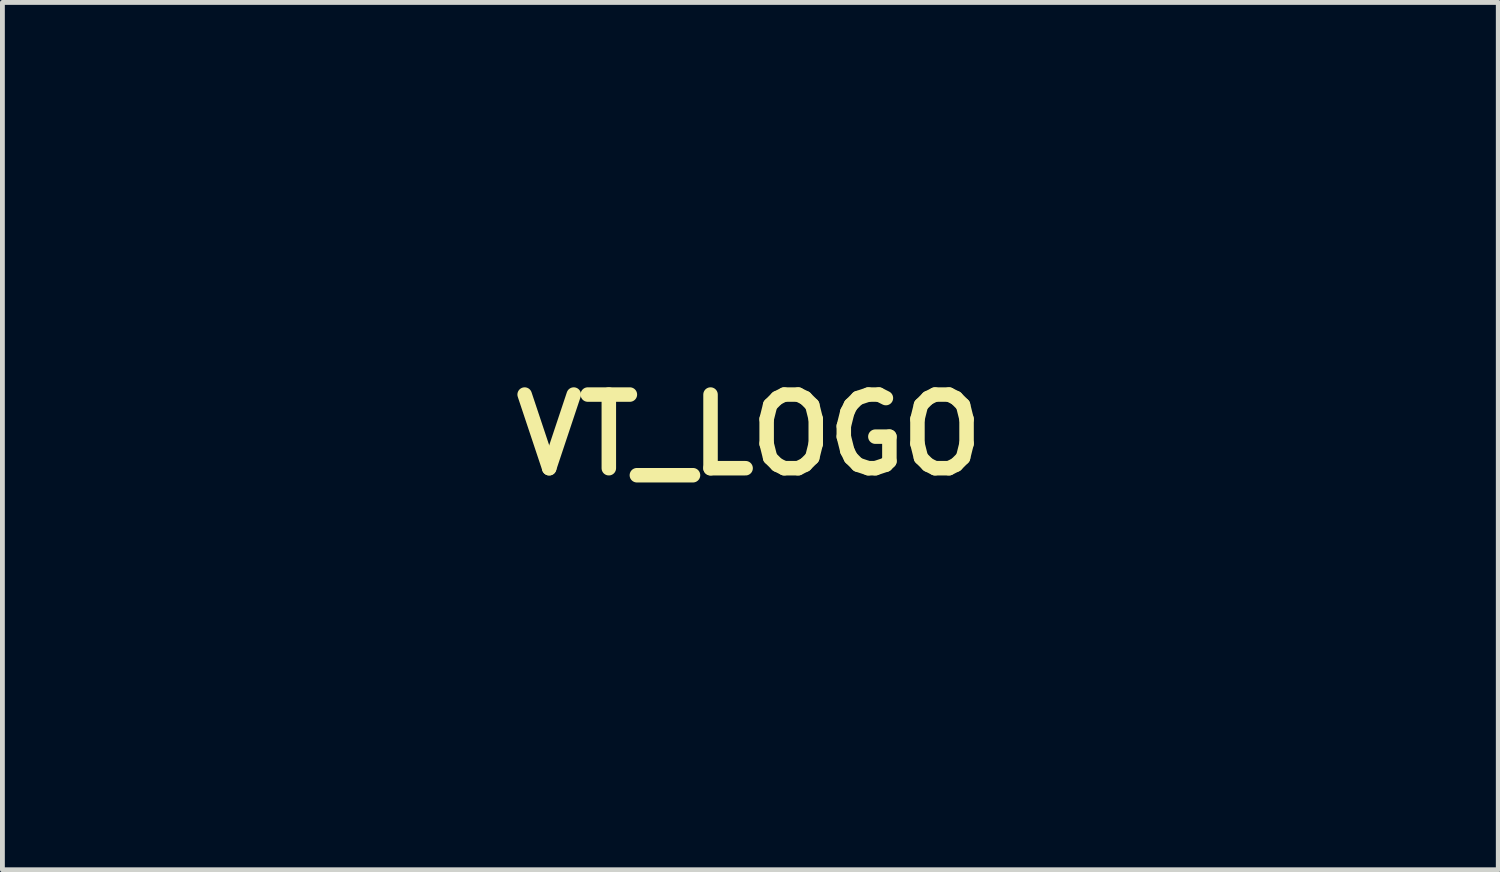
<source format=kicad_pcb>
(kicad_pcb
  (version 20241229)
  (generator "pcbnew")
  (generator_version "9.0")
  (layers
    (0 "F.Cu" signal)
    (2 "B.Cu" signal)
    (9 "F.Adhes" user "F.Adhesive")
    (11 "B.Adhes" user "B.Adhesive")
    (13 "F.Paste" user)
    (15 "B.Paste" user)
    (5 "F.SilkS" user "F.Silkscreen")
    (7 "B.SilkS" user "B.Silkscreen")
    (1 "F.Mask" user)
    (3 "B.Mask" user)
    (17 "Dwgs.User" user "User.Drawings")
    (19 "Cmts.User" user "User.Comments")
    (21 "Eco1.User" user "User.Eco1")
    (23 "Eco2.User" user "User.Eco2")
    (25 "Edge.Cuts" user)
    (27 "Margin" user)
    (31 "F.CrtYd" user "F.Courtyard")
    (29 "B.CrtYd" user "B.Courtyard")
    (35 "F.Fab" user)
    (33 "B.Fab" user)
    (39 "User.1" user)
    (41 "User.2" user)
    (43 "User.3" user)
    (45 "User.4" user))
  (footprint "VT_LOGO"
    (layer "F.Cu")
    (at 12.451 5.949)
    (property "Reference" "VT_LOGO" (at 0 0 0) (layer "F.SilkS") (effects (font (size 1.524 1.524) (thickness 0.3))))
    (attr through_hole)
    (fp_poly (pts (xy -9.45 -5.43) (xy -9.165 -5.428) (xy -8.926 -5.423) (xy -8.749 -5.414) (xy -8.708 -5.411) (xy -8.348 -5.378) (xy -7.366 -3.54) (xy -7.147 -3.13) (xy -6.937 -2.737) (xy -6.742 -2.374) (xy -6.569 -2.051) (xy -6.423 -1.779) (xy -6.311 -1.571) (xy -6.239 -1.438) (xy -6.226 -1.413) (xy -6.067 -1.125) (xy -5.58 -2.023) (xy -5.414 -2.33) (xy -5.214 -2.701) (xy -4.995 -3.11) (xy -4.77 -3.531) (xy -4.553 -3.937) (xy -4.442 -4.147) (xy -3.79 -5.373) (xy -0.612 -5.412) (xy -0.211 -5.416) (xy 0.254 -5.419) (xy 0.774 -5.422) (xy 1.343 -5.423) (xy 1.953 -5.425) (xy 2.597 -5.425) (xy 3.267 -5.425) (xy 3.956 -5.425) (xy 4.657 -5.423) (xy 5.363 -5.422) (xy 6.065 -5.42) (xy 6.756 -5.417) (xy 7.43 -5.414) (xy 8.079 -5.41) (xy 8.694 -5.407) (xy 9.27 -5.402) (xy 9.799 -5.398) (xy 10.273 -5.393) (xy 10.684 -5.388) (xy 11.026 -5.383) (xy 11.291 -5.377) (xy 11.472 -5.371) (xy 11.562 -5.365) (xy 11.57 -5.363) (xy 11.556 -5.311) (xy 11.499 -5.178) (xy 11.402 -4.974) (xy 11.271 -4.708) (xy 11.11 -4.39) (xy 10.923 -4.029) (xy 10.715 -3.634) (xy 10.654 -3.518) (xy 10.502 -3.234) (xy 10.387 -3.029) (xy 10.301 -2.889) (xy 10.235 -2.803) (xy 10.181 -2.759) (xy 10.129 -2.743) (xy 10.112 -2.742) (xy 10.033 -2.742) (xy 9.865 -2.741) (xy 9.619 -2.739) (xy 9.307 -2.737) (xy 8.941 -2.735) (xy 8.534 -2.733) (xy 8.097 -2.73) (xy 8.026 -2.73) (xy 6.071 -2.718) (xy 5.826 -2.261) (xy 5.759 -2.135) (xy 5.65 -1.929) (xy 5.503 -1.651) (xy 5.323 -1.311) (xy 5.114 -0.917) (xy 4.883 -0.479) (xy 4.632 -0.006) (xy 4.368 0.494) (xy 4.096 1.011) (xy 4.039 1.118) (xy 3.762 1.642) (xy 3.49 2.156) (xy 3.23 2.649) (xy 2.985 3.111) (xy 2.761 3.534) (xy 2.564 3.907) (xy 2.398 4.22) (xy 2.268 4.465) (xy 2.18 4.631) (xy 2.17 4.648) (xy 1.844 5.258) (xy 0.337 5.271) (xy -0.105 5.274) (xy -0.456 5.275) (xy -0.725 5.273) (xy -0.922 5.268) (xy -1.058 5.258) (xy -1.143 5.245) (xy -1.187 5.228) (xy -1.198 5.214) (xy -1.183 5.151) (xy -1.125 5.012) (xy -1.031 4.811) (xy -0.907 4.562) (xy -0.76 4.278) (xy -0.67 4.108) (xy -0.496 3.781) (xy -0.292 3.399) (xy -0.065 2.97) (xy 0.182 2.505) (xy 0.441 2.014) (xy 0.709 1.507) (xy 0.979 0.995) (xy 1.247 0.486) (xy 1.507 -0.008) (xy 1.754 -0.478) (xy 1.982 -0.913) (xy 2.186 -1.304) (xy 2.361 -1.64) (xy 2.502 -1.912) (xy 2.603 -2.108) (xy 2.636 -2.173) (xy 2.735 -2.379) (xy 2.811 -2.55) (xy 2.854 -2.668) (xy 2.859 -2.712) (xy 2.802 -2.719) (xy 2.656 -2.726) (xy 2.433 -2.731) (xy 2.144 -2.735) (xy 1.803 -2.739) (xy 1.422 -2.741) (xy 1.012 -2.742) (xy 0.586 -2.742) (xy 0.156 -2.741) (xy -0.266 -2.739) (xy -0.667 -2.736) (xy -1.035 -2.733) (xy -1.358 -2.728) (xy -1.624 -2.723) (xy -1.821 -2.716) (xy -1.936 -2.709) (xy -1.961 -2.704) (xy -2.009 -2.646) (xy -2.099 -2.507) (xy -2.23 -2.286) (xy -2.404 -1.984) (xy -2.62 -1.598) (xy -2.88 -1.127) (xy -3.183 -0.571) (xy -3.531 0.071) (xy -3.925 0.801) (xy -4.364 1.62) (xy -4.619 2.098) (xy -4.898 2.619) (xy -5.155 3.097) (xy -5.386 3.524) (xy -5.587 3.894) (xy -5.756 4.2) (xy -5.889 4.438) (xy -5.981 4.599) (xy -6.031 4.678) (xy -6.036 4.684) (xy -6.071 4.655) (xy -6.144 4.551) (xy -6.246 4.386) (xy -6.366 4.175) (xy -6.422 4.075) (xy -6.647 3.659) (xy -6.913 3.164) (xy -7.217 2.599) (xy -7.551 1.974) (xy -7.911 1.3) (xy -8.292 0.587) (xy -8.687 -0.155) (xy -9.092 -0.916) (xy -9.501 -1.685) (xy -9.908 -2.454) (xy -10.309 -3.211) (xy -10.698 -3.946) (xy -10.944 -4.412) (xy -11.09 -4.693) (xy -11.215 -4.942) (xy -11.314 -5.148) (xy -11.379 -5.295) (xy -11.404 -5.371) (xy -11.403 -5.378) (xy -11.343 -5.389) (xy -11.198 -5.4) (xy -10.983 -5.41) (xy -10.716 -5.417) (xy -10.413 -5.424) (xy -10.09 -5.428) (xy -9.763 -5.43) (xy -9.45 -5.43)) (stroke (width 0.01) (type solid)) (fill yes) (layer "F.Mask"))
    (fp_poly (pts (xy 12.497 -5.829) (xy 12.475 -5.76) (xy 12.411 -5.61) (xy 12.311 -5.391) (xy 12.18 -5.113) (xy 12.023 -4.786) (xy 11.844 -4.421) (xy 11.649 -4.029) (xy 11.597 -3.925) (xy 10.697 -2.135) (xy 8.596 -2.121) (xy 6.495 -2.108) (xy 5.987 -1.168) (xy 5.859 -0.929) (xy 5.691 -0.613) (xy 5.491 -0.234) (xy 5.267 0.193) (xy 5.024 0.655) (xy 4.771 1.138) (xy 4.515 1.629) (xy 4.292 2.057) (xy 4.045 2.533) (xy 3.798 3.007) (xy 3.558 3.465) (xy 3.333 3.895) (xy 3.128 4.284) (xy 2.95 4.621) (xy 2.806 4.892) (xy 2.705 5.08) (xy 2.304 5.817) (xy 0.035 5.83) (xy -0.435 5.832) (xy -0.871 5.833) (xy -1.265 5.833) (xy -1.605 5.831) (xy -1.882 5.829) (xy -2.086 5.825) (xy -2.206 5.821) (xy -2.235 5.817) (xy -2.221 5.783) (xy -2.179 5.696) (xy -2.106 5.552) (xy -2.001 5.349) (xy -1.862 5.083) (xy -1.687 4.751) (xy -1.476 4.349) (xy -1.225 3.875) (xy -0.934 3.325) (xy -0.6 2.697) (xy -0.223 1.985) (xy 0.2 1.189) (xy 0.335 0.936) (xy 0.602 0.432) (xy 0.856 -0.047) (xy 1.092 -0.492) (xy 1.306 -0.897) (xy 1.494 -1.254) (xy 1.652 -1.554) (xy 1.776 -1.79) (xy 1.862 -1.955) (xy 1.905 -2.04) (xy 1.909 -2.049) (xy 1.911 -2.071) (xy 1.893 -2.09) (xy 1.844 -2.104) (xy 1.755 -2.115) (xy 1.616 -2.123) (xy 1.418 -2.128) (xy 1.152 -2.131) (xy 0.807 -2.133) (xy 0.373 -2.134) (xy 0.168 -2.134) (xy -1.606 -2.134) (xy -1.967 -1.511) (xy -2.06 -1.347) (xy -2.195 -1.105) (xy -2.366 -0.794) (xy -2.567 -0.426) (xy -2.792 -0.011) (xy -3.035 0.439) (xy -3.291 0.915) (xy -3.553 1.404) (xy -3.685 1.651) (xy -3.954 2.155) (xy -4.223 2.659) (xy -4.486 3.152) (xy -4.737 3.621) (xy -4.968 4.054) (xy -5.173 4.439) (xy -5.347 4.764) (xy -5.481 5.016) (xy -5.522 5.093) (xy -5.671 5.367) (xy -5.805 5.607) (xy -5.917 5.8) (xy -5.999 5.933) (xy -6.044 5.993) (xy -6.048 5.994) (xy -6.096 5.954) (xy -6.171 5.851) (xy -6.216 5.779) (xy -6.247 5.721) (xy -6.303 5.621) (xy -6.382 5.474) (xy -6.489 5.277) (xy -6.623 5.028) (xy -6.786 4.724) (xy -6.98 4.361) (xy -7.207 3.938) (xy -7.468 3.451) (xy -7.765 2.897) (xy -8.098 2.274) (xy -8.471 1.578) (xy -8.883 0.807) (xy -9.337 -0.042) (xy -9.835 -0.973) (xy -10.377 -1.987) (xy -10.942 -3.043) (xy -11.205 -3.538) (xy -11.455 -4.006) (xy -11.685 -4.44) (xy -11.892 -4.832) (xy -12.073 -5.175) (xy -12.223 -5.461) (xy -12.279 -5.569) (xy -11.887 -5.569) (xy -11.864 -5.521) (xy -11.797 -5.394) (xy -11.693 -5.196) (xy -11.555 -4.938) (xy -11.39 -4.628) (xy -11.201 -4.276) (xy -10.995 -3.892) (xy -10.906 -3.727) (xy -10.715 -3.371) (xy -10.483 -2.938) (xy -10.216 -2.44) (xy -9.922 -1.891) (xy -9.606 -1.301) (xy -9.277 -0.685) (xy -8.94 -0.055) (xy -8.603 0.577) (xy -8.271 1.198) (xy -8.079 1.558) (xy -7.784 2.111) (xy -7.501 2.64) (xy -7.233 3.138) (xy -6.985 3.598) (xy -6.761 4.012) (xy -6.564 4.374) (xy -6.399 4.676) (xy -6.268 4.911) (xy -6.177 5.072) (xy -6.129 5.151) (xy -6.126 5.156) (xy -6.019 5.29) (xy -4.931 3.242) (xy -4.386 2.218) (xy -3.886 1.282) (xy -3.429 0.434) (xy -3.016 -0.328) (xy -2.645 -1.006) (xy -2.315 -1.602) (xy -2.224 -1.765) (xy -1.818 -2.489) (xy 0.336 -2.489) (xy 0.905 -2.488) (xy 1.377 -2.486) (xy 1.759 -2.481) (xy 2.054 -2.475) (xy 2.269 -2.466) (xy 2.409 -2.455) (xy 2.479 -2.441) (xy 2.489 -2.432) (xy 2.467 -2.367) (xy 2.405 -2.233) (xy 2.313 -2.047) (xy 2.2 -1.829) (xy 2.19 -1.81) (xy 2.116 -1.671) (xy 2 -1.451) (xy 1.845 -1.159) (xy 1.656 -0.803) (xy 1.438 -0.392) (xy 1.195 0.065) (xy 0.933 0.56) (xy 0.655 1.084) (xy 0.366 1.628) (xy 0.132 2.068) (xy -0.153 2.606) (xy -0.423 3.118) (xy -0.676 3.597) (xy -0.907 4.037) (xy -1.112 4.429) (xy -1.288 4.767) (xy -1.431 5.044) (xy -1.538 5.252) (xy -1.604 5.385) (xy -1.626 5.434) (xy -1.582 5.45) (xy -1.451 5.462) (xy -1.228 5.47) (xy -0.912 5.475) (xy -0.501 5.477) (xy 0.008 5.476) (xy 0.241 5.474) (xy 2.108 5.461) (xy 2.351 5.004) (xy 2.419 4.875) (xy 2.529 4.666) (xy 2.676 4.386) (xy 2.854 4.045) (xy 3.06 3.652) (xy 3.287 3.216) (xy 3.531 2.749) (xy 3.787 2.258) (xy 4.011 1.829) (xy 4.28 1.314) (xy 4.547 0.803) (xy 4.806 0.308) (xy 5.052 -0.16) (xy 5.278 -0.591) (xy 5.479 -0.973) (xy 5.65 -1.294) (xy 5.783 -1.545) (xy 5.853 -1.676) (xy 6.279 -2.464) (xy 8.385 -2.477) (xy 10.492 -2.49) (xy 12.039 -5.588) (xy -3.903 -5.588) (xy -4.129 -5.194) (xy -4.213 -5.045) (xy -4.327 -4.839) (xy -4.473 -4.572) (xy -4.653 -4.239) (xy -4.869 -3.835) (xy -5.126 -3.357) (xy -5.424 -2.798) (xy -5.766 -2.154) (xy -5.824 -2.046) (xy -5.918 -1.876) (xy -5.997 -1.748) (xy -6.047 -1.682) (xy -6.055 -1.677) (xy -6.073 -1.692) (xy -6.107 -1.74) (xy -6.162 -1.829) (xy -6.24 -1.964) (xy -6.345 -2.152) (xy -6.48 -2.399) (xy -6.649 -2.711) (xy -6.856 -3.095) (xy -7.103 -3.556) (xy -7.378 -4.069) (xy -7.549 -4.387) (xy -7.712 -4.687) (xy -7.858 -4.953) (xy -7.978 -5.17) (xy -8.065 -5.322) (xy -8.098 -5.377) (xy -8.231 -5.588) (xy -10.059 -5.588) (xy -10.479 -5.587) (xy -10.864 -5.586) (xy -11.205 -5.584) (xy -11.489 -5.581) (xy -11.704 -5.577) (xy -11.841 -5.573) (xy -11.887 -5.569) (xy -12.279 -5.569) (xy -12.337 -5.682) (xy -12.413 -5.83) (xy -12.445 -5.898) (xy -12.446 -5.901) (xy -12.397 -5.91) (xy -12.257 -5.918) (xy -12.035 -5.924) (xy -11.743 -5.929) (xy -11.39 -5.932) (xy -10.988 -5.933) (xy -10.545 -5.933) (xy -10.226 -5.931) (xy -8.007 -5.918) (xy -7.762 -5.512) (xy -7.659 -5.333) (xy -7.521 -5.088) (xy -7.363 -4.799) (xy -7.196 -4.489) (xy -7.052 -4.216) (xy -6.886 -3.902) (xy -6.715 -3.581) (xy -6.553 -3.278) (xy -6.413 -3.019) (xy -6.322 -2.853) (xy -6.059 -2.379) (xy -5.88 -2.701) (xy -5.806 -2.836) (xy -5.694 -3.045) (xy -5.551 -3.309) (xy -5.388 -3.613) (xy -5.213 -3.939) (xy -5.09 -4.169) (xy -4.913 -4.501) (xy -4.742 -4.821) (xy -4.586 -5.113) (xy -4.453 -5.359) (xy -4.354 -5.545) (xy -4.309 -5.629) (xy -4.14 -5.942) (xy 4.178 -5.943) (xy 12.497 -5.944) (xy 12.497 -5.829)) (stroke (width 0.01) (type solid)) (fill yes) (layer "F.Mask")))
  (gr_rect
    (start -3 -3)
    (end 27.953 14.948)
    (stroke (width 0.1) (type default))
    (fill no)
    (layer "Edge.Cuts")))
</source>
